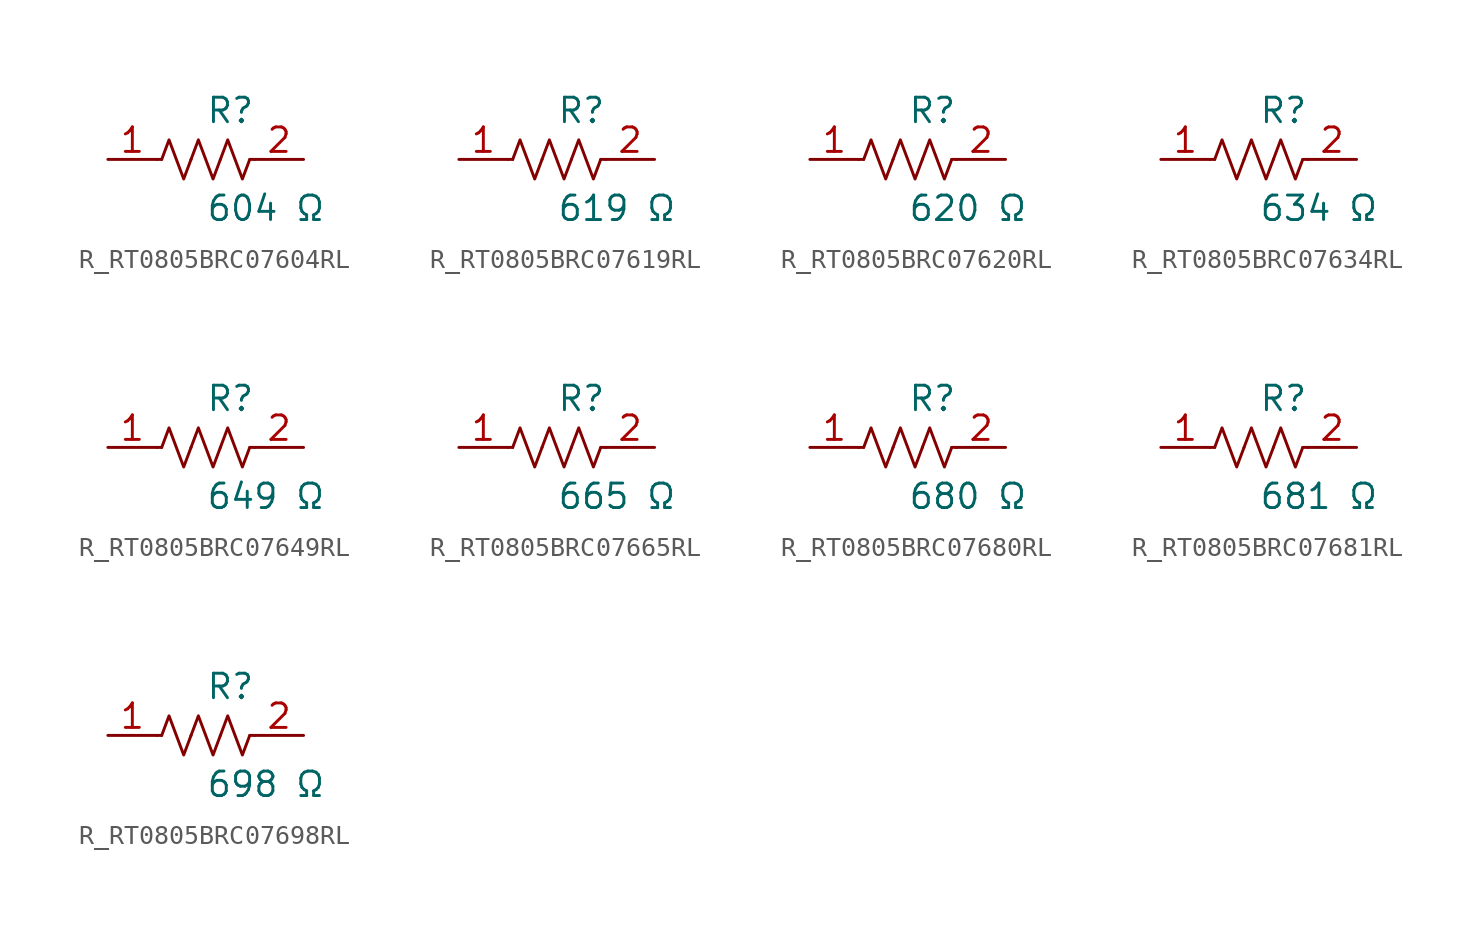
<source format=kicad_sym>
(kicad_symbol_lib
  (version 20231120)
  (generator kicad_symbol_editor)
  (generator_version 8.0)
  (symbol "R_RT0805BRC07604RL"
    (pin_names
      (offset 0.254))
    (property "Reference" "R"
      (at 0.0 2.54 0)
      (effects (font (size 1.27 1.27)) (justify left)))
    (property "Value" "604 Ω"
      (at 0.0 -2.54 0)
      (effects (font (size 1.27 1.27)) (justify left)))
    (symbol "R_RT0805BRC07604RL_0_1"
      (polyline (pts (xy 2.286 0) (xy 2.54 0)) (stroke (width 0) (type default)) (fill (type none)))
      (polyline (pts (xy -2.286 0) (xy -2.54 0)) (stroke (width 0) (type default)) (fill (type none)))
      (polyline (pts (xy 0.762 0) (xy 1.143 1.016) (xy 1.524 0) (xy 1.905 -1.016) (xy 2.286 0)) (stroke (width 0) (type default)) (fill (type none)))
      (polyline (pts (xy -0.762 0) (xy -0.381 1.016) (xy 0 0) (xy 0.381 -1.016) (xy 0.762 0)) (stroke (width 0) (type default)) (fill (type none)))
      (polyline (pts (xy -2.286 0) (xy -1.905 1.016) (xy -1.524 0) (xy -1.143 -1.016) (xy -0.762 0)) (stroke (width 0) (type default)) (fill (type none))))
    (pin unspecified line
      (at -5.08 0 0)
      (length 2.54)
      (name "" (effects (font (size 1.27 1.27))))
      (number "1" (effects (font (size 1.27 1.27)))))
    (pin unspecified line
      (at 5.08 0 180)
      (length 2.54)
      (name "" (effects (font (size 1.27 1.27))))
      (number "2" (effects (font (size 1.27 1.27))))))
  (symbol "R_RT0805BRC07619RL"
    (pin_names
      (offset 0.254))
    (property "Reference" "R"
      (at 0.0 2.54 0)
      (effects (font (size 1.27 1.27)) (justify left)))
    (property "Value" "619 Ω"
      (at 0.0 -2.54 0)
      (effects (font (size 1.27 1.27)) (justify left)))
    (symbol "R_RT0805BRC07619RL_0_1"
      (polyline (pts (xy 2.286 0) (xy 2.54 0)) (stroke (width 0) (type default)) (fill (type none)))
      (polyline (pts (xy -2.286 0) (xy -2.54 0)) (stroke (width 0) (type default)) (fill (type none)))
      (polyline (pts (xy 0.762 0) (xy 1.143 1.016) (xy 1.524 0) (xy 1.905 -1.016) (xy 2.286 0)) (stroke (width 0) (type default)) (fill (type none)))
      (polyline (pts (xy -0.762 0) (xy -0.381 1.016) (xy 0 0) (xy 0.381 -1.016) (xy 0.762 0)) (stroke (width 0) (type default)) (fill (type none)))
      (polyline (pts (xy -2.286 0) (xy -1.905 1.016) (xy -1.524 0) (xy -1.143 -1.016) (xy -0.762 0)) (stroke (width 0) (type default)) (fill (type none))))
    (pin unspecified line
      (at -5.08 0 0)
      (length 2.54)
      (name "" (effects (font (size 1.27 1.27))))
      (number "1" (effects (font (size 1.27 1.27)))))
    (pin unspecified line
      (at 5.08 0 180)
      (length 2.54)
      (name "" (effects (font (size 1.27 1.27))))
      (number "2" (effects (font (size 1.27 1.27))))))
  (symbol "R_RT0805BRC07620RL"
    (pin_names
      (offset 0.254))
    (property "Reference" "R"
      (at 0.0 2.54 0)
      (effects (font (size 1.27 1.27)) (justify left)))
    (property "Value" "620 Ω"
      (at 0.0 -2.54 0)
      (effects (font (size 1.27 1.27)) (justify left)))
    (symbol "R_RT0805BRC07620RL_0_1"
      (polyline (pts (xy 2.286 0) (xy 2.54 0)) (stroke (width 0) (type default)) (fill (type none)))
      (polyline (pts (xy -2.286 0) (xy -2.54 0)) (stroke (width 0) (type default)) (fill (type none)))
      (polyline (pts (xy 0.762 0) (xy 1.143 1.016) (xy 1.524 0) (xy 1.905 -1.016) (xy 2.286 0)) (stroke (width 0) (type default)) (fill (type none)))
      (polyline (pts (xy -0.762 0) (xy -0.381 1.016) (xy 0 0) (xy 0.381 -1.016) (xy 0.762 0)) (stroke (width 0) (type default)) (fill (type none)))
      (polyline (pts (xy -2.286 0) (xy -1.905 1.016) (xy -1.524 0) (xy -1.143 -1.016) (xy -0.762 0)) (stroke (width 0) (type default)) (fill (type none))))
    (pin unspecified line
      (at -5.08 0 0)
      (length 2.54)
      (name "" (effects (font (size 1.27 1.27))))
      (number "1" (effects (font (size 1.27 1.27)))))
    (pin unspecified line
      (at 5.08 0 180)
      (length 2.54)
      (name "" (effects (font (size 1.27 1.27))))
      (number "2" (effects (font (size 1.27 1.27))))))
  (symbol "R_RT0805BRC07634RL"
    (pin_names
      (offset 0.254))
    (property "Reference" "R"
      (at 0.0 2.54 0)
      (effects (font (size 1.27 1.27)) (justify left)))
    (property "Value" "634 Ω"
      (at 0.0 -2.54 0)
      (effects (font (size 1.27 1.27)) (justify left)))
    (symbol "R_RT0805BRC07634RL_0_1"
      (polyline (pts (xy 2.286 0) (xy 2.54 0)) (stroke (width 0) (type default)) (fill (type none)))
      (polyline (pts (xy -2.286 0) (xy -2.54 0)) (stroke (width 0) (type default)) (fill (type none)))
      (polyline (pts (xy 0.762 0) (xy 1.143 1.016) (xy 1.524 0) (xy 1.905 -1.016) (xy 2.286 0)) (stroke (width 0) (type default)) (fill (type none)))
      (polyline (pts (xy -0.762 0) (xy -0.381 1.016) (xy 0 0) (xy 0.381 -1.016) (xy 0.762 0)) (stroke (width 0) (type default)) (fill (type none)))
      (polyline (pts (xy -2.286 0) (xy -1.905 1.016) (xy -1.524 0) (xy -1.143 -1.016) (xy -0.762 0)) (stroke (width 0) (type default)) (fill (type none))))
    (pin unspecified line
      (at -5.08 0 0)
      (length 2.54)
      (name "" (effects (font (size 1.27 1.27))))
      (number "1" (effects (font (size 1.27 1.27)))))
    (pin unspecified line
      (at 5.08 0 180)
      (length 2.54)
      (name "" (effects (font (size 1.27 1.27))))
      (number "2" (effects (font (size 1.27 1.27))))))
  (symbol "R_RT0805BRC07649RL"
    (pin_names
      (offset 0.254))
    (property "Reference" "R"
      (at 0.0 2.54 0)
      (effects (font (size 1.27 1.27)) (justify left)))
    (property "Value" "649 Ω"
      (at 0.0 -2.54 0)
      (effects (font (size 1.27 1.27)) (justify left)))
    (symbol "R_RT0805BRC07649RL_0_1"
      (polyline (pts (xy 2.286 0) (xy 2.54 0)) (stroke (width 0) (type default)) (fill (type none)))
      (polyline (pts (xy -2.286 0) (xy -2.54 0)) (stroke (width 0) (type default)) (fill (type none)))
      (polyline (pts (xy 0.762 0) (xy 1.143 1.016) (xy 1.524 0) (xy 1.905 -1.016) (xy 2.286 0)) (stroke (width 0) (type default)) (fill (type none)))
      (polyline (pts (xy -0.762 0) (xy -0.381 1.016) (xy 0 0) (xy 0.381 -1.016) (xy 0.762 0)) (stroke (width 0) (type default)) (fill (type none)))
      (polyline (pts (xy -2.286 0) (xy -1.905 1.016) (xy -1.524 0) (xy -1.143 -1.016) (xy -0.762 0)) (stroke (width 0) (type default)) (fill (type none))))
    (pin unspecified line
      (at -5.08 0 0)
      (length 2.54)
      (name "" (effects (font (size 1.27 1.27))))
      (number "1" (effects (font (size 1.27 1.27)))))
    (pin unspecified line
      (at 5.08 0 180)
      (length 2.54)
      (name "" (effects (font (size 1.27 1.27))))
      (number "2" (effects (font (size 1.27 1.27))))))
  (symbol "R_RT0805BRC07665RL"
    (pin_names
      (offset 0.254))
    (property "Reference" "R"
      (at 0.0 2.54 0)
      (effects (font (size 1.27 1.27)) (justify left)))
    (property "Value" "665 Ω"
      (at 0.0 -2.54 0)
      (effects (font (size 1.27 1.27)) (justify left)))
    (symbol "R_RT0805BRC07665RL_0_1"
      (polyline (pts (xy 2.286 0) (xy 2.54 0)) (stroke (width 0) (type default)) (fill (type none)))
      (polyline (pts (xy -2.286 0) (xy -2.54 0)) (stroke (width 0) (type default)) (fill (type none)))
      (polyline (pts (xy 0.762 0) (xy 1.143 1.016) (xy 1.524 0) (xy 1.905 -1.016) (xy 2.286 0)) (stroke (width 0) (type default)) (fill (type none)))
      (polyline (pts (xy -0.762 0) (xy -0.381 1.016) (xy 0 0) (xy 0.381 -1.016) (xy 0.762 0)) (stroke (width 0) (type default)) (fill (type none)))
      (polyline (pts (xy -2.286 0) (xy -1.905 1.016) (xy -1.524 0) (xy -1.143 -1.016) (xy -0.762 0)) (stroke (width 0) (type default)) (fill (type none))))
    (pin unspecified line
      (at -5.08 0 0)
      (length 2.54)
      (name "" (effects (font (size 1.27 1.27))))
      (number "1" (effects (font (size 1.27 1.27)))))
    (pin unspecified line
      (at 5.08 0 180)
      (length 2.54)
      (name "" (effects (font (size 1.27 1.27))))
      (number "2" (effects (font (size 1.27 1.27))))))
  (symbol "R_RT0805BRC07680RL"
    (pin_names
      (offset 0.254))
    (property "Reference" "R"
      (at 0.0 2.54 0)
      (effects (font (size 1.27 1.27)) (justify left)))
    (property "Value" "680 Ω"
      (at 0.0 -2.54 0)
      (effects (font (size 1.27 1.27)) (justify left)))
    (symbol "R_RT0805BRC07680RL_0_1"
      (polyline (pts (xy 2.286 0) (xy 2.54 0)) (stroke (width 0) (type default)) (fill (type none)))
      (polyline (pts (xy -2.286 0) (xy -2.54 0)) (stroke (width 0) (type default)) (fill (type none)))
      (polyline (pts (xy 0.762 0) (xy 1.143 1.016) (xy 1.524 0) (xy 1.905 -1.016) (xy 2.286 0)) (stroke (width 0) (type default)) (fill (type none)))
      (polyline (pts (xy -0.762 0) (xy -0.381 1.016) (xy 0 0) (xy 0.381 -1.016) (xy 0.762 0)) (stroke (width 0) (type default)) (fill (type none)))
      (polyline (pts (xy -2.286 0) (xy -1.905 1.016) (xy -1.524 0) (xy -1.143 -1.016) (xy -0.762 0)) (stroke (width 0) (type default)) (fill (type none))))
    (pin unspecified line
      (at -5.08 0 0)
      (length 2.54)
      (name "" (effects (font (size 1.27 1.27))))
      (number "1" (effects (font (size 1.27 1.27)))))
    (pin unspecified line
      (at 5.08 0 180)
      (length 2.54)
      (name "" (effects (font (size 1.27 1.27))))
      (number "2" (effects (font (size 1.27 1.27))))))
  (symbol "R_RT0805BRC07681RL"
    (pin_names
      (offset 0.254))
    (property "Reference" "R"
      (at 0.0 2.54 0)
      (effects (font (size 1.27 1.27)) (justify left)))
    (property "Value" "681 Ω"
      (at 0.0 -2.54 0)
      (effects (font (size 1.27 1.27)) (justify left)))
    (symbol "R_RT0805BRC07681RL_0_1"
      (polyline (pts (xy 2.286 0) (xy 2.54 0)) (stroke (width 0) (type default)) (fill (type none)))
      (polyline (pts (xy -2.286 0) (xy -2.54 0)) (stroke (width 0) (type default)) (fill (type none)))
      (polyline (pts (xy 0.762 0) (xy 1.143 1.016) (xy 1.524 0) (xy 1.905 -1.016) (xy 2.286 0)) (stroke (width 0) (type default)) (fill (type none)))
      (polyline (pts (xy -0.762 0) (xy -0.381 1.016) (xy 0 0) (xy 0.381 -1.016) (xy 0.762 0)) (stroke (width 0) (type default)) (fill (type none)))
      (polyline (pts (xy -2.286 0) (xy -1.905 1.016) (xy -1.524 0) (xy -1.143 -1.016) (xy -0.762 0)) (stroke (width 0) (type default)) (fill (type none))))
    (pin unspecified line
      (at -5.08 0 0)
      (length 2.54)
      (name "" (effects (font (size 1.27 1.27))))
      (number "1" (effects (font (size 1.27 1.27)))))
    (pin unspecified line
      (at 5.08 0 180)
      (length 2.54)
      (name "" (effects (font (size 1.27 1.27))))
      (number "2" (effects (font (size 1.27 1.27))))))
  (symbol "R_RT0805BRC07698RL"
    (pin_names
      (offset 0.254))
    (property "Reference" "R"
      (at 0.0 2.54 0)
      (effects (font (size 1.27 1.27)) (justify left)))
    (property "Value" "698 Ω"
      (at 0.0 -2.54 0)
      (effects (font (size 1.27 1.27)) (justify left)))
    (symbol "R_RT0805BRC07698RL_0_1"
      (polyline (pts (xy 2.286 0) (xy 2.54 0)) (stroke (width 0) (type default)) (fill (type none)))
      (polyline (pts (xy -2.286 0) (xy -2.54 0)) (stroke (width 0) (type default)) (fill (type none)))
      (polyline (pts (xy 0.762 0) (xy 1.143 1.016) (xy 1.524 0) (xy 1.905 -1.016) (xy 2.286 0)) (stroke (width 0) (type default)) (fill (type none)))
      (polyline (pts (xy -0.762 0) (xy -0.381 1.016) (xy 0 0) (xy 0.381 -1.016) (xy 0.762 0)) (stroke (width 0) (type default)) (fill (type none)))
      (polyline (pts (xy -2.286 0) (xy -1.905 1.016) (xy -1.524 0) (xy -1.143 -1.016) (xy -0.762 0)) (stroke (width 0) (type default)) (fill (type none))))
    (pin unspecified line
      (at -5.08 0 0)
      (length 2.54)
      (name "" (effects (font (size 1.27 1.27))))
      (number "1" (effects (font (size 1.27 1.27)))))
    (pin unspecified line
      (at 5.08 0 180)
      (length 2.54)
      (name "" (effects (font (size 1.27 1.27))))
      (number "2" (effects (font (size 1.27 1.27)))))))
</source>
